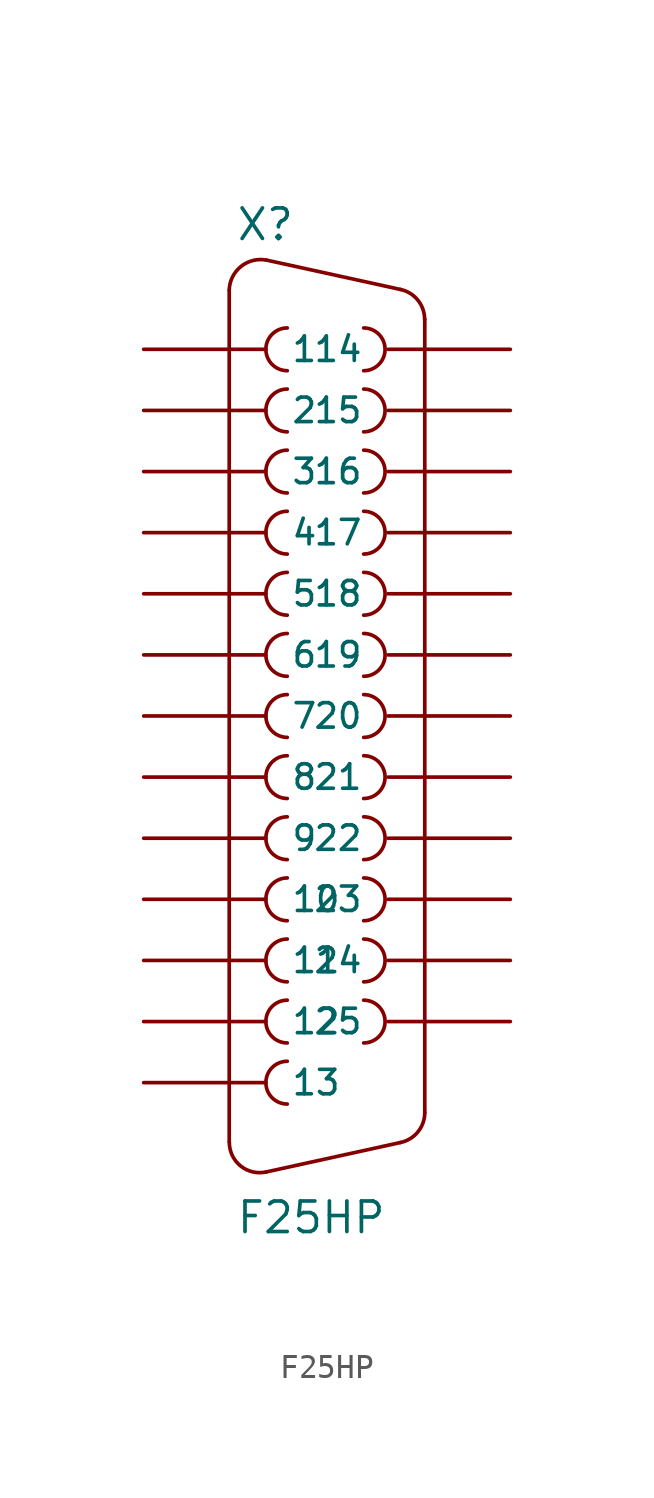
<source format=kicad_sym>
(kicad_symbol_lib
  (version 20211014)
  (generator kicad_symbol_editor)
  (symbol "F25HP"
    (pin_numbers hide)
    (pin_names
      (offset 1.016))
    (property "Reference" "X"
      (at -3.81 19.685 0)
      (effects (font (size 1.27 1.27)) (justify left bottom)))
    (property "Value" "F25HP"
      (at -3.81 -21.59 0)
      (effects (font (size 1.27 1.27)) (justify left bottom)))
    (property "Datasheet" ""
      (at 0 0 0)
      (effects (font (size 1.524 1.524))))
    (property "ki_locked" ""
      (at 0 0 0)
      (effects (font (size 1.27 1.27))))
    (symbol "F25HP_1_0"
      (polyline (pts (xy -4.064 -17.704) (xy -4.064 17.704)) (stroke (width 0) (type default) (color 0 0 0 0)) (fill (type none)))
      (polyline (pts (xy -2.515 -18.948) (xy 3.048 -17.729)) (stroke (width 0) (type default) (color 0 0 0 0)) (fill (type none)))
      (polyline (pts (xy -2.515 18.948) (xy 3.048 17.729)) (stroke (width 0) (type default) (color 0 0 0 0)) (fill (type none)))
      (polyline (pts (xy 4.064 -16.485) (xy 4.064 16.485)) (stroke (width 0) (type default) (color 0 0 0 0)) (fill (type none))))
    (symbol "F25HP_1_1"
      (arc (start -4.064 -17.7038) (mid -3.5879 -18.7072) (end -2.5146 -18.9484) (stroke (width 0) (type default) (color 0 0 0 0)) (fill (type none)))
      (arc (start -2.5146 18.9484) (mid -3.572 18.6877) (end -4.064 17.7038) (stroke (width 0) (type default) (color 0 0 0 0)) (fill (type none)))
      (arc (start -1.651 -14.351) (mid -2.54 -15.24) (end -1.651 -16.129) (stroke (width 0) (type default) (color 0 0 0 0)) (fill (type none)))
      (arc (start -1.651 -11.811) (mid -2.54 -12.7) (end -1.651 -13.589) (stroke (width 0) (type default) (color 0 0 0 0)) (fill (type none)))
      (arc (start -1.651 -9.271) (mid -2.54 -10.16) (end -1.651 -11.049) (stroke (width 0) (type default) (color 0 0 0 0)) (fill (type none)))
      (arc (start -1.651 -6.731) (mid -2.54 -7.62) (end -1.651 -8.509) (stroke (width 0) (type default) (color 0 0 0 0)) (fill (type none)))
      (arc (start -1.651 -4.191) (mid -2.54 -5.08) (end -1.651 -5.969) (stroke (width 0) (type default) (color 0 0 0 0)) (fill (type none)))
      (arc (start -1.651 -1.651) (mid -2.54 -2.54) (end -1.651 -3.429) (stroke (width 0) (type default) (color 0 0 0 0)) (fill (type none)))
      (arc (start -1.651 0.889) (mid -2.54 0) (end -1.651 -0.889) (stroke (width 0) (type default) (color 0 0 0 0)) (fill (type none)))
      (arc (start -1.651 3.429) (mid -2.54 2.54) (end -1.651 1.651) (stroke (width 0) (type default) (color 0 0 0 0)) (fill (type none)))
      (arc (start -1.651 5.969) (mid -2.54 5.08) (end -1.651 4.191) (stroke (width 0) (type default) (color 0 0 0 0)) (fill (type none)))
      (arc (start -1.651 8.509) (mid -2.54 7.62) (end -1.651 6.731) (stroke (width 0) (type default) (color 0 0 0 0)) (fill (type none)))
      (arc (start -1.651 11.049) (mid -2.54 10.16) (end -1.651 9.271) (stroke (width 0) (type default) (color 0 0 0 0)) (fill (type none)))
      (arc (start -1.651 13.589) (mid -2.54 12.7) (end -1.651 11.811) (stroke (width 0) (type default) (color 0 0 0 0)) (fill (type none)))
      (arc (start -1.651 16.129) (mid -2.54 15.24) (end -1.651 14.351) (stroke (width 0) (type default) (color 0 0 0 0)) (fill (type none)))
      (arc (start 1.524 -13.589) (mid 2.413 -12.7) (end 1.524 -11.811) (stroke (width 0) (type default) (color 0 0 0 0)) (fill (type none)))
      (arc (start 1.524 -11.049) (mid 2.413 -10.16) (end 1.524 -9.271) (stroke (width 0) (type default) (color 0 0 0 0)) (fill (type none)))
      (arc (start 1.524 -8.509) (mid 2.413 -7.62) (end 1.524 -6.731) (stroke (width 0) (type default) (color 0 0 0 0)) (fill (type none)))
      (arc (start 1.524 -5.969) (mid 2.413 -5.08) (end 1.524 -4.191) (stroke (width 0) (type default) (color 0 0 0 0)) (fill (type none)))
      (arc (start 1.524 -3.429) (mid 2.413 -2.54) (end 1.524 -1.651) (stroke (width 0) (type default) (color 0 0 0 0)) (fill (type none)))
      (arc (start 1.524 -0.889) (mid 2.413 0) (end 1.524 0.889) (stroke (width 0) (type default) (color 0 0 0 0)) (fill (type none)))
      (arc (start 1.524 1.651) (mid 2.413 2.54) (end 1.524 3.429) (stroke (width 0) (type default) (color 0 0 0 0)) (fill (type none)))
      (arc (start 1.524 4.191) (mid 2.413 5.08) (end 1.524 5.969) (stroke (width 0) (type default) (color 0 0 0 0)) (fill (type none)))
      (arc (start 1.524 6.731) (mid 2.413 7.62) (end 1.524 8.509) (stroke (width 0) (type default) (color 0 0 0 0)) (fill (type none)))
      (arc (start 1.524 9.271) (mid 2.413 10.16) (end 1.524 11.049) (stroke (width 0) (type default) (color 0 0 0 0)) (fill (type none)))
      (arc (start 1.524 11.811) (mid 2.413 12.7) (end 1.524 13.589) (stroke (width 0) (type default) (color 0 0 0 0)) (fill (type none)))
      (arc (start 1.524 14.351) (mid 2.413 15.24) (end 1.524 16.129) (stroke (width 0) (type default) (color 0 0 0 0)) (fill (type none)))
      (arc (start 3.048 -17.7292) (mid 3.7779 -17.288) (end 4.064 -16.4846) (stroke (width 0) (type default) (color 0 0 0 0)) (fill (type none)))
      (arc (start 4.064 16.4846) (mid 3.7777 17.2878) (end 3.048 17.7292) (stroke (width 0) (type default) (color 0 0 0 0)) (fill (type none)))
      (pin passive line (at -7.62 15.24 0) (length 5.08) (name "1" (effects (font (size 1.016 1.016)))) (number "1" (effects (font (size 1.016 1.016)))))
      (pin passive line (at -7.62 -7.62 0) (length 5.08) (name "10" (effects (font (size 1.016 1.016)))) (number "10" (effects (font (size 1.016 1.016)))))
      (pin passive line (at -7.62 -10.16 0) (length 5.08) (name "11" (effects (font (size 1.016 1.016)))) (number "11" (effects (font (size 1.016 1.016)))))
      (pin passive line (at -7.62 -12.7 0) (length 5.08) (name "12" (effects (font (size 1.016 1.016)))) (number "12" (effects (font (size 1.016 1.016)))))
      (pin passive line (at -7.62 -15.24 0) (length 5.08) (name "13" (effects (font (size 1.016 1.016)))) (number "13" (effects (font (size 1.016 1.016)))))
      (pin passive line (at 7.62 15.24 180) (length 5.08) (name "14" (effects (font (size 1.016 1.016)))) (number "14" (effects (font (size 1.016 1.016)))))
      (pin passive line (at 7.62 12.7 180) (length 5.08) (name "15" (effects (font (size 1.016 1.016)))) (number "15" (effects (font (size 1.016 1.016)))))
      (pin passive line (at 7.62 10.16 180) (length 5.08) (name "16" (effects (font (size 1.016 1.016)))) (number "16" (effects (font (size 1.016 1.016)))))
      (pin passive line (at 7.62 7.62 180) (length 5.08) (name "17" (effects (font (size 1.016 1.016)))) (number "17" (effects (font (size 1.016 1.016)))))
      (pin passive line (at 7.62 5.08 180) (length 5.08) (name "18" (effects (font (size 1.016 1.016)))) (number "18" (effects (font (size 1.016 1.016)))))
      (pin passive line (at 7.62 2.54 180) (length 5.08) (name "19" (effects (font (size 1.016 1.016)))) (number "19" (effects (font (size 1.016 1.016)))))
      (pin passive line (at -7.62 12.7 0) (length 5.08) (name "2" (effects (font (size 1.016 1.016)))) (number "2" (effects (font (size 1.016 1.016)))))
      (pin passive line (at 7.62 0 180) (length 5.08) (name "20" (effects (font (size 1.016 1.016)))) (number "20" (effects (font (size 1.016 1.016)))))
      (pin passive line (at 7.62 -2.54 180) (length 5.08) (name "21" (effects (font (size 1.016 1.016)))) (number "21" (effects (font (size 1.016 1.016)))))
      (pin passive line (at 7.62 -5.08 180) (length 5.08) (name "22" (effects (font (size 1.016 1.016)))) (number "22" (effects (font (size 1.016 1.016)))))
      (pin passive line (at 7.62 -7.62 180) (length 5.08) (name "23" (effects (font (size 1.016 1.016)))) (number "23" (effects (font (size 1.016 1.016)))))
      (pin passive line (at 7.62 -10.16 180) (length 5.08) (name "24" (effects (font (size 1.016 1.016)))) (number "24" (effects (font (size 1.016 1.016)))))
      (pin passive line (at 7.62 -12.7 180) (length 5.08) (name "25" (effects (font (size 1.016 1.016)))) (number "25" (effects (font (size 1.016 1.016)))))
      (pin passive line (at -7.62 10.16 0) (length 5.08) (name "3" (effects (font (size 1.016 1.016)))) (number "3" (effects (font (size 1.016 1.016)))))
      (pin passive line (at -7.62 7.62 0) (length 5.08) (name "4" (effects (font (size 1.016 1.016)))) (number "4" (effects (font (size 1.016 1.016)))))
      (pin passive line (at -7.62 5.08 0) (length 5.08) (name "5" (effects (font (size 1.016 1.016)))) (number "5" (effects (font (size 1.016 1.016)))))
      (pin passive line (at -7.62 2.54 0) (length 5.08) (name "6" (effects (font (size 1.016 1.016)))) (number "6" (effects (font (size 1.016 1.016)))))
      (pin passive line (at -7.62 0 0) (length 5.08) (name "7" (effects (font (size 1.016 1.016)))) (number "7" (effects (font (size 1.016 1.016)))))
      (pin passive line (at -7.62 -2.54 0) (length 5.08) (name "8" (effects (font (size 1.016 1.016)))) (number "8" (effects (font (size 1.016 1.016)))))
      (pin passive line (at -7.62 -5.08 0) (length 5.08) (name "9" (effects (font (size 1.016 1.016)))) (number "9" (effects (font (size 1.016 1.016))))))))
</source>
